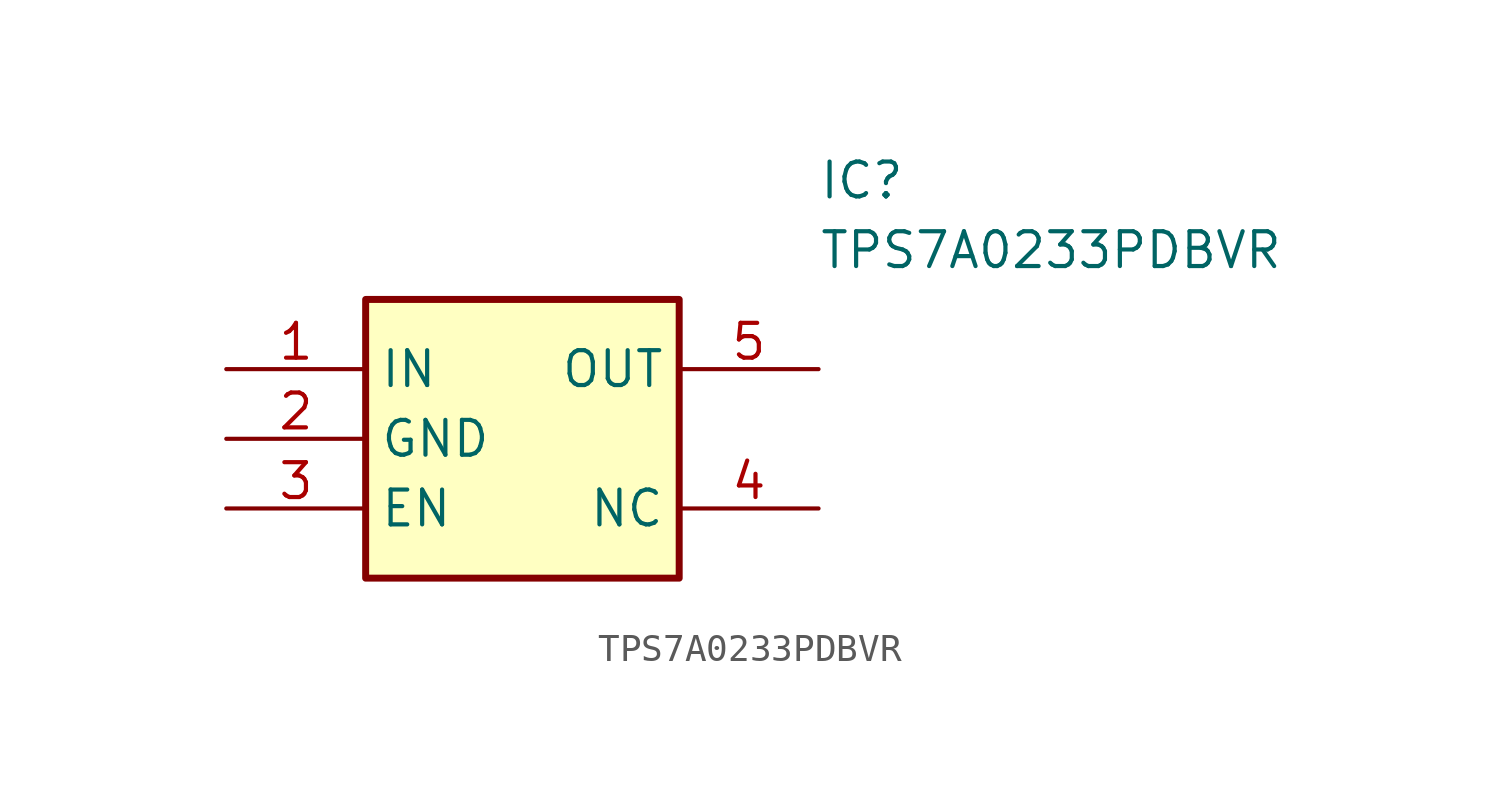
<source format=kicad_sym>
(kicad_symbol_lib
  (version 20231120)
  (generator "kicad_symbol_editor")
  (generator_version "8.0")
  (symbol "TPS7A0233PDBVR"
    (property "Reference" "IC"
      (at 21.59 7.62 0)
      (effects (font (size 1.27 1.27)) (justify left top)))
    (property "Value" "TPS7A0233PDBVR"
      (at 21.59 5.08 0)
      (effects (font (size 1.27 1.27)) (justify left top)))
    (symbol "TPS7A0233PDBVR_1_1"
      (rectangle (start 5.08 2.54) (end 16.51 -7.62) (stroke (width 0.254) (type default)) (fill (type background)))
      (pin passive line (at 0 0 0) (length 5.08) (name "IN" (effects (font (size 1.27 1.27)))) (number "1" (effects (font (size 1.27 1.27)))))
      (pin passive line (at 0 -2.54 0) (length 5.08) (name "GND" (effects (font (size 1.27 1.27)))) (number "2" (effects (font (size 1.27 1.27)))))
      (pin passive line (at 0 -5.08 0) (length 5.08) (name "EN" (effects (font (size 1.27 1.27)))) (number "3" (effects (font (size 1.27 1.27)))))
      (pin passive line (at 21.59 -5.08 180) (length 5.08) (name "NC" (effects (font (size 1.27 1.27)))) (number "4" (effects (font (size 1.27 1.27)))))
      (pin passive line (at 21.59 0 180) (length 5.08) (name "OUT" (effects (font (size 1.27 1.27)))) (number "5" (effects (font (size 1.27 1.27))))))))
</source>
